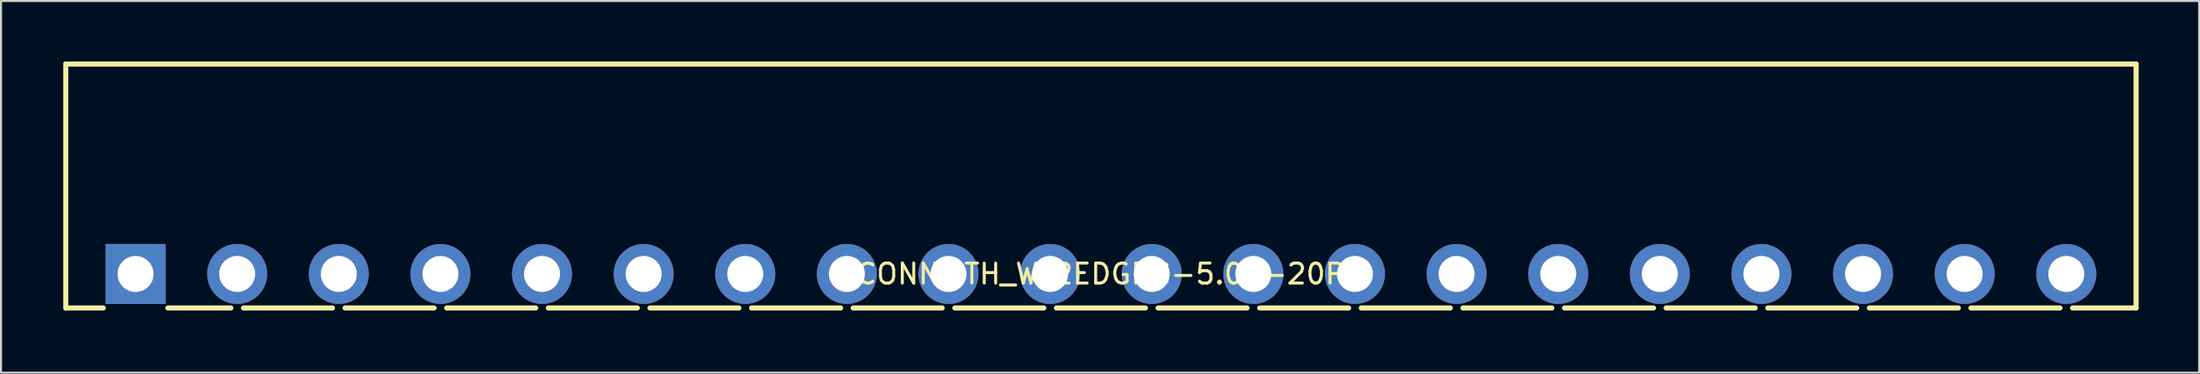
<source format=kicad_pcb>
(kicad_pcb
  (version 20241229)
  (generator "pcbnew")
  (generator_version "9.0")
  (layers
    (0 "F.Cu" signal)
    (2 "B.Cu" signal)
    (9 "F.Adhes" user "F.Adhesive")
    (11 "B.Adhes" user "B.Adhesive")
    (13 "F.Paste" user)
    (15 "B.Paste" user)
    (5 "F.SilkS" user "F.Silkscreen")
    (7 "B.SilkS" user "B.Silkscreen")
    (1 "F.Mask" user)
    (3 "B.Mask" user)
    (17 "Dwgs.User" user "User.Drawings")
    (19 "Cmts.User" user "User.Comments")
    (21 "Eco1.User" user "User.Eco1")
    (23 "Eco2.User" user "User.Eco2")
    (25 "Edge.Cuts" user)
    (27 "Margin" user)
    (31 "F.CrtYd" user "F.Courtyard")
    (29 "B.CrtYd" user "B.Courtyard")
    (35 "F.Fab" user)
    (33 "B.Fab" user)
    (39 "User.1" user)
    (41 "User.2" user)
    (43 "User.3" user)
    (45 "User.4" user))
  (footprint "CONN-TH_WJ2EDGRC-5.08-20P"
    (layer "F.Cu")
    (at 51.987 10.652)
    (property "Reference" "CONN-TH_WJ2EDGRC-5.08-20P" (at 0 0 0) (unlocked yes) (layer "F.SilkS") (effects (font (size 1 1) (thickness 0.15))))
    (fp_line (start -51.75 -10.5) (end -51.75 1.7) (stroke (width 0.254) (type default)) (layer "F.SilkS"))
    (fp_line (start -51.75 -10.5) (end 51.75 -10.5) (stroke (width 0.254) (type default)) (layer "F.SilkS"))
    (fp_line (start -51.75 1.7) (end -49.873 1.7) (stroke (width 0.254) (type default)) (layer "F.SilkS"))
    (fp_line (start -46.647 1.7) (end -43.495 1.7) (stroke (width 0.254) (type default)) (layer "F.SilkS"))
    (fp_line (start -42.864 1.7) (end -38.416 1.7) (stroke (width 0.254) (type default)) (layer "F.SilkS"))
    (fp_line (start -37.785 1.7) (end -33.336 1.7) (stroke (width 0.254) (type default)) (layer "F.SilkS"))
    (fp_line (start -32.705 1.7) (end -28.256 1.7) (stroke (width 0.254) (type default)) (layer "F.SilkS"))
    (fp_line (start -27.625 1.7) (end -23.175 1.7) (stroke (width 0.254) (type default)) (layer "F.SilkS"))
    (fp_line (start -22.544 1.7) (end -18.096 1.7) (stroke (width 0.254) (type default)) (layer "F.SilkS"))
    (fp_line (start -17.465 1.7) (end -13.015 1.7) (stroke (width 0.254) (type default)) (layer "F.SilkS"))
    (fp_line (start -12.384 1.7) (end -7.936 1.7) (stroke (width 0.254) (type default)) (layer "F.SilkS"))
    (fp_line (start -7.304 1.7) (end -2.856 1.7) (stroke (width 0.254) (type default)) (layer "F.SilkS"))
    (fp_line (start -2.224 1.7) (end 2.224 1.7) (stroke (width 0.254) (type default)) (layer "F.SilkS"))
    (fp_line (start 2.856 1.7) (end 7.304 1.7) (stroke (width 0.254) (type default)) (layer "F.SilkS"))
    (fp_line (start 7.936 1.7) (end 12.384 1.7) (stroke (width 0.254) (type default)) (layer "F.SilkS"))
    (fp_line (start 13.015 1.7) (end 17.465 1.7) (stroke (width 0.254) (type default)) (layer "F.SilkS"))
    (fp_line (start 18.096 1.7) (end 22.544 1.7) (stroke (width 0.254) (type default)) (layer "F.SilkS"))
    (fp_line (start 23.175 1.7) (end 27.625 1.7) (stroke (width 0.254) (type default)) (layer "F.SilkS"))
    (fp_line (start 28.256 1.7) (end 32.705 1.7) (stroke (width 0.254) (type default)) (layer "F.SilkS"))
    (fp_line (start 33.336 1.7) (end 37.785 1.7) (stroke (width 0.254) (type default)) (layer "F.SilkS"))
    (fp_line (start 38.416 1.7) (end 42.864 1.7) (stroke (width 0.254) (type default)) (layer "F.SilkS"))
    (fp_line (start 43.495 1.7) (end 47.944 1.7) (stroke (width 0.254) (type default)) (layer "F.SilkS"))
    (fp_line (start 48.575 1.7) (end 51.75 1.7) (stroke (width 0.254) (type default)) (layer "F.SilkS"))
    (fp_line (start 51.75 -10.5) (end 51.75 1.7) (stroke (width 0.254) (type default)) (layer "F.SilkS"))
    (fp_poly (pts (xy -47.46 0) (xy -47.48 -0.178) (xy -47.539 -0.347) (xy -47.635 -0.499) (xy -47.761 -0.625) (xy -47.913 -0.721) (xy -48.082 -0.78) (xy -48.26 -0.8) (xy -48.438 -0.78) (xy -48.607 -0.721) (xy -48.759 -0.625) (xy -48.885 -0.499) (xy -48.981 -0.347) (xy -49.04 -0.178) (xy -49.06 0) (xy -49.04 0.178) (xy -48.981 0.347) (xy -48.885 0.499) (xy -48.759 0.625) (xy -48.607 0.721) (xy -48.438 0.78) (xy -48.26 0.8) (xy -48.082 0.78) (xy -47.913 0.721) (xy -47.761 0.625) (xy -47.635 0.499) (xy -47.539 0.347) (xy -47.48 0.178)) (stroke (width 0.1) (type default)) (fill no) (layer "User.1"))
    (fp_poly (pts (xy -42.38 0) (xy -42.4 -0.178) (xy -42.459 -0.347) (xy -42.555 -0.499) (xy -42.681 -0.625) (xy -42.833 -0.721) (xy -43.002 -0.78) (xy -43.18 -0.8) (xy -43.358 -0.78) (xy -43.527 -0.721) (xy -43.679 -0.625) (xy -43.805 -0.499) (xy -43.901 -0.347) (xy -43.96 -0.178) (xy -43.98 0) (xy -43.96 0.178) (xy -43.901 0.347) (xy -43.805 0.499) (xy -43.679 0.625) (xy -43.527 0.721) (xy -43.358 0.78) (xy -43.18 0.8) (xy -43.002 0.78) (xy -42.833 0.721) (xy -42.681 0.625) (xy -42.555 0.499) (xy -42.459 0.347) (xy -42.4 0.178)) (stroke (width 0.1) (type default)) (fill no) (layer "User.1"))
    (fp_poly (pts (xy -37.3 0) (xy -37.32 -0.178) (xy -37.379 -0.347) (xy -37.475 -0.499) (xy -37.601 -0.625) (xy -37.753 -0.721) (xy -37.922 -0.78) (xy -38.1 -0.8) (xy -38.278 -0.78) (xy -38.447 -0.721) (xy -38.599 -0.625) (xy -38.725 -0.499) (xy -38.821 -0.347) (xy -38.88 -0.178) (xy -38.9 0) (xy -38.88 0.178) (xy -38.821 0.347) (xy -38.725 0.499) (xy -38.599 0.625) (xy -38.447 0.721) (xy -38.278 0.78) (xy -38.1 0.8) (xy -37.922 0.78) (xy -37.753 0.721) (xy -37.601 0.625) (xy -37.475 0.499) (xy -37.379 0.347) (xy -37.32 0.178)) (stroke (width 0.1) (type default)) (fill no) (layer "User.1"))
    (fp_poly (pts (xy -32.22 0) (xy -32.24 -0.178) (xy -32.299 -0.347) (xy -32.395 -0.499) (xy -32.521 -0.625) (xy -32.673 -0.721) (xy -32.842 -0.78) (xy -33.02 -0.8) (xy -33.198 -0.78) (xy -33.367 -0.721) (xy -33.519 -0.625) (xy -33.645 -0.499) (xy -33.741 -0.347) (xy -33.8 -0.178) (xy -33.82 0) (xy -33.8 0.178) (xy -33.741 0.347) (xy -33.645 0.499) (xy -33.519 0.625) (xy -33.367 0.721) (xy -33.198 0.78) (xy -33.02 0.8) (xy -32.842 0.78) (xy -32.673 0.721) (xy -32.521 0.625) (xy -32.395 0.499) (xy -32.299 0.347) (xy -32.24 0.178)) (stroke (width 0.1) (type default)) (fill no) (layer "User.1"))
    (fp_poly (pts (xy -27.14 0) (xy -27.16 -0.178) (xy -27.219 -0.347) (xy -27.315 -0.499) (xy -27.441 -0.625) (xy -27.593 -0.721) (xy -27.762 -0.78) (xy -27.94 -0.8) (xy -28.118 -0.78) (xy -28.287 -0.721) (xy -28.439 -0.625) (xy -28.565 -0.499) (xy -28.661 -0.347) (xy -28.72 -0.178) (xy -28.74 0) (xy -28.72 0.178) (xy -28.661 0.347) (xy -28.565 0.499) (xy -28.439 0.625) (xy -28.287 0.721) (xy -28.118 0.78) (xy -27.94 0.8) (xy -27.762 0.78) (xy -27.593 0.721) (xy -27.441 0.625) (xy -27.315 0.499) (xy -27.219 0.347) (xy -27.16 0.178)) (stroke (width 0.1) (type default)) (fill no) (layer "User.1"))
    (fp_poly (pts (xy -22.06 0) (xy -22.08 -0.178) (xy -22.139 -0.347) (xy -22.235 -0.499) (xy -22.361 -0.625) (xy -22.513 -0.721) (xy -22.682 -0.78) (xy -22.86 -0.8) (xy -23.038 -0.78) (xy -23.207 -0.721) (xy -23.359 -0.625) (xy -23.485 -0.499) (xy -23.581 -0.347) (xy -23.64 -0.178) (xy -23.66 0) (xy -23.64 0.178) (xy -23.581 0.347) (xy -23.485 0.499) (xy -23.359 0.625) (xy -23.207 0.721) (xy -23.038 0.78) (xy -22.86 0.8) (xy -22.682 0.78) (xy -22.513 0.721) (xy -22.361 0.625) (xy -22.235 0.499) (xy -22.139 0.347) (xy -22.08 0.178)) (stroke (width 0.1) (type default)) (fill no) (layer "User.1"))
    (fp_poly (pts (xy -16.98 0) (xy -17 -0.178) (xy -17.059 -0.347) (xy -17.155 -0.499) (xy -17.281 -0.625) (xy -17.433 -0.721) (xy -17.602 -0.78) (xy -17.78 -0.8) (xy -17.958 -0.78) (xy -18.127 -0.721) (xy -18.279 -0.625) (xy -18.405 -0.499) (xy -18.501 -0.347) (xy -18.56 -0.178) (xy -18.58 0) (xy -18.56 0.178) (xy -18.501 0.347) (xy -18.405 0.499) (xy -18.279 0.625) (xy -18.127 0.721) (xy -17.958 0.78) (xy -17.78 0.8) (xy -17.602 0.78) (xy -17.433 0.721) (xy -17.281 0.625) (xy -17.155 0.499) (xy -17.059 0.347) (xy -17 0.178)) (stroke (width 0.1) (type default)) (fill no) (layer "User.1"))
    (fp_poly (pts (xy -11.9 0) (xy -11.92 -0.178) (xy -11.979 -0.347) (xy -12.075 -0.499) (xy -12.201 -0.625) (xy -12.353 -0.721) (xy -12.522 -0.78) (xy -12.7 -0.8) (xy -12.878 -0.78) (xy -13.047 -0.721) (xy -13.199 -0.625) (xy -13.325 -0.499) (xy -13.421 -0.347) (xy -13.48 -0.178) (xy -13.5 0) (xy -13.48 0.178) (xy -13.421 0.347) (xy -13.325 0.499) (xy -13.199 0.625) (xy -13.047 0.721) (xy -12.878 0.78) (xy -12.7 0.8) (xy -12.522 0.78) (xy -12.353 0.721) (xy -12.201 0.625) (xy -12.075 0.499) (xy -11.979 0.347) (xy -11.92 0.178)) (stroke (width 0.1) (type default)) (fill no) (layer "User.1"))
    (fp_poly (pts (xy -6.82 0) (xy -6.84 -0.178) (xy -6.899 -0.347) (xy -6.995 -0.499) (xy -7.121 -0.625) (xy -7.273 -0.721) (xy -7.442 -0.78) (xy -7.62 -0.8) (xy -7.798 -0.78) (xy -7.967 -0.721) (xy -8.119 -0.625) (xy -8.245 -0.499) (xy -8.341 -0.347) (xy -8.4 -0.178) (xy -8.42 0) (xy -8.4 0.178) (xy -8.341 0.347) (xy -8.245 0.499) (xy -8.119 0.625) (xy -7.967 0.721) (xy -7.798 0.78) (xy -7.62 0.8) (xy -7.442 0.78) (xy -7.273 0.721) (xy -7.121 0.625) (xy -6.995 0.499) (xy -6.899 0.347) (xy -6.84 0.178)) (stroke (width 0.1) (type default)) (fill no) (layer "User.1"))
    (fp_poly (pts (xy -1.74 0) (xy -1.76 -0.178) (xy -1.819 -0.347) (xy -1.915 -0.499) (xy -2.041 -0.625) (xy -2.193 -0.721) (xy -2.362 -0.78) (xy -2.54 -0.8) (xy -2.718 -0.78) (xy -2.887 -0.721) (xy -3.039 -0.625) (xy -3.165 -0.499) (xy -3.261 -0.347) (xy -3.32 -0.178) (xy -3.34 0) (xy -3.32 0.178) (xy -3.261 0.347) (xy -3.165 0.499) (xy -3.039 0.625) (xy -2.887 0.721) (xy -2.718 0.78) (xy -2.54 0.8) (xy -2.362 0.78) (xy -2.193 0.721) (xy -2.041 0.625) (xy -1.915 0.499) (xy -1.819 0.347) (xy -1.76 0.178)) (stroke (width 0.1) (type default)) (fill no) (layer "User.1"))
    (fp_poly (pts (xy 3.34 0) (xy 3.32 -0.178) (xy 3.261 -0.347) (xy 3.165 -0.499) (xy 3.039 -0.625) (xy 2.887 -0.721) (xy 2.718 -0.78) (xy 2.54 -0.8) (xy 2.362 -0.78) (xy 2.193 -0.721) (xy 2.041 -0.625) (xy 1.915 -0.499) (xy 1.819 -0.347) (xy 1.76 -0.178) (xy 1.74 0) (xy 1.76 0.178) (xy 1.819 0.347) (xy 1.915 0.499) (xy 2.041 0.625) (xy 2.193 0.721) (xy 2.362 0.78) (xy 2.54 0.8) (xy 2.718 0.78) (xy 2.887 0.721) (xy 3.039 0.625) (xy 3.165 0.499) (xy 3.261 0.347) (xy 3.32 0.178)) (stroke (width 0.1) (type default)) (fill no) (layer "User.1"))
    (fp_poly (pts (xy 8.42 0) (xy 8.4 -0.178) (xy 8.341 -0.347) (xy 8.245 -0.499) (xy 8.119 -0.625) (xy 7.967 -0.721) (xy 7.798 -0.78) (xy 7.62 -0.8) (xy 7.442 -0.78) (xy 7.273 -0.721) (xy 7.121 -0.625) (xy 6.995 -0.499) (xy 6.899 -0.347) (xy 6.84 -0.178) (xy 6.82 0) (xy 6.84 0.178) (xy 6.899 0.347) (xy 6.995 0.499) (xy 7.121 0.625) (xy 7.273 0.721) (xy 7.442 0.78) (xy 7.62 0.8) (xy 7.798 0.78) (xy 7.967 0.721) (xy 8.119 0.625) (xy 8.245 0.499) (xy 8.341 0.347) (xy 8.4 0.178)) (stroke (width 0.1) (type default)) (fill no) (layer "User.1"))
    (fp_poly (pts (xy 13.5 0) (xy 13.48 -0.178) (xy 13.421 -0.347) (xy 13.325 -0.499) (xy 13.199 -0.625) (xy 13.047 -0.721) (xy 12.878 -0.78) (xy 12.7 -0.8) (xy 12.522 -0.78) (xy 12.353 -0.721) (xy 12.201 -0.625) (xy 12.075 -0.499) (xy 11.979 -0.347) (xy 11.92 -0.178) (xy 11.9 0) (xy 11.92 0.178) (xy 11.979 0.347) (xy 12.075 0.499) (xy 12.201 0.625) (xy 12.353 0.721) (xy 12.522 0.78) (xy 12.7 0.8) (xy 12.878 0.78) (xy 13.047 0.721) (xy 13.199 0.625) (xy 13.325 0.499) (xy 13.421 0.347) (xy 13.48 0.178)) (stroke (width 0.1) (type default)) (fill no) (layer "User.1"))
    (fp_poly (pts (xy 18.58 0) (xy 18.56 -0.178) (xy 18.501 -0.347) (xy 18.405 -0.499) (xy 18.279 -0.625) (xy 18.127 -0.721) (xy 17.958 -0.78) (xy 17.78 -0.8) (xy 17.602 -0.78) (xy 17.433 -0.721) (xy 17.281 -0.625) (xy 17.155 -0.499) (xy 17.059 -0.347) (xy 17 -0.178) (xy 16.98 0) (xy 17 0.178) (xy 17.059 0.347) (xy 17.155 0.499) (xy 17.281 0.625) (xy 17.433 0.721) (xy 17.602 0.78) (xy 17.78 0.8) (xy 17.958 0.78) (xy 18.127 0.721) (xy 18.279 0.625) (xy 18.405 0.499) (xy 18.501 0.347) (xy 18.56 0.178)) (stroke (width 0.1) (type default)) (fill no) (layer "User.1"))
    (fp_poly (pts (xy 23.66 0) (xy 23.64 -0.178) (xy 23.581 -0.347) (xy 23.485 -0.499) (xy 23.359 -0.625) (xy 23.207 -0.721) (xy 23.038 -0.78) (xy 22.86 -0.8) (xy 22.682 -0.78) (xy 22.513 -0.721) (xy 22.361 -0.625) (xy 22.235 -0.499) (xy 22.139 -0.347) (xy 22.08 -0.178) (xy 22.06 0) (xy 22.08 0.178) (xy 22.139 0.347) (xy 22.235 0.499) (xy 22.361 0.625) (xy 22.513 0.721) (xy 22.682 0.78) (xy 22.86 0.8) (xy 23.038 0.78) (xy 23.207 0.721) (xy 23.359 0.625) (xy 23.485 0.499) (xy 23.581 0.347) (xy 23.64 0.178)) (stroke (width 0.1) (type default)) (fill no) (layer "User.1"))
    (fp_poly (pts (xy 28.74 0) (xy 28.72 -0.178) (xy 28.661 -0.347) (xy 28.565 -0.499) (xy 28.439 -0.625) (xy 28.287 -0.721) (xy 28.118 -0.78) (xy 27.94 -0.8) (xy 27.762 -0.78) (xy 27.593 -0.721) (xy 27.441 -0.625) (xy 27.315 -0.499) (xy 27.219 -0.347) (xy 27.16 -0.178) (xy 27.14 0) (xy 27.16 0.178) (xy 27.219 0.347) (xy 27.315 0.499) (xy 27.441 0.625) (xy 27.593 0.721) (xy 27.762 0.78) (xy 27.94 0.8) (xy 28.118 0.78) (xy 28.287 0.721) (xy 28.439 0.625) (xy 28.565 0.499) (xy 28.661 0.347) (xy 28.72 0.178)) (stroke (width 0.1) (type default)) (fill no) (layer "User.1"))
    (fp_poly (pts (xy 33.82 0) (xy 33.8 -0.178) (xy 33.741 -0.347) (xy 33.645 -0.499) (xy 33.519 -0.625) (xy 33.367 -0.721) (xy 33.198 -0.78) (xy 33.02 -0.8) (xy 32.842 -0.78) (xy 32.673 -0.721) (xy 32.521 -0.625) (xy 32.395 -0.499) (xy 32.299 -0.347) (xy 32.24 -0.178) (xy 32.22 0) (xy 32.24 0.178) (xy 32.299 0.347) (xy 32.395 0.499) (xy 32.521 0.625) (xy 32.673 0.721) (xy 32.842 0.78) (xy 33.02 0.8) (xy 33.198 0.78) (xy 33.367 0.721) (xy 33.519 0.625) (xy 33.645 0.499) (xy 33.741 0.347) (xy 33.8 0.178)) (stroke (width 0.1) (type default)) (fill no) (layer "User.1"))
    (fp_poly (pts (xy 38.9 0) (xy 38.88 -0.178) (xy 38.821 -0.347) (xy 38.725 -0.499) (xy 38.599 -0.625) (xy 38.447 -0.721) (xy 38.278 -0.78) (xy 38.1 -0.8) (xy 37.922 -0.78) (xy 37.753 -0.721) (xy 37.601 -0.625) (xy 37.475 -0.499) (xy 37.379 -0.347) (xy 37.32 -0.178) (xy 37.3 0) (xy 37.32 0.178) (xy 37.379 0.347) (xy 37.475 0.499) (xy 37.601 0.625) (xy 37.753 0.721) (xy 37.922 0.78) (xy 38.1 0.8) (xy 38.278 0.78) (xy 38.447 0.721) (xy 38.599 0.625) (xy 38.725 0.499) (xy 38.821 0.347) (xy 38.88 0.178)) (stroke (width 0.1) (type default)) (fill no) (layer "User.1"))
    (fp_poly (pts (xy 43.98 0) (xy 43.96 -0.178) (xy 43.901 -0.347) (xy 43.805 -0.499) (xy 43.679 -0.625) (xy 43.527 -0.721) (xy 43.358 -0.78) (xy 43.18 -0.8) (xy 43.002 -0.78) (xy 42.833 -0.721) (xy 42.681 -0.625) (xy 42.555 -0.499) (xy 42.459 -0.347) (xy 42.4 -0.178) (xy 42.38 0) (xy 42.4 0.178) (xy 42.459 0.347) (xy 42.555 0.499) (xy 42.681 0.625) (xy 42.833 0.721) (xy 43.002 0.78) (xy 43.18 0.8) (xy 43.358 0.78) (xy 43.527 0.721) (xy 43.679 0.625) (xy 43.805 0.499) (xy 43.901 0.347) (xy 43.96 0.178)) (stroke (width 0.1) (type default)) (fill no) (layer "User.1"))
    (fp_poly (pts (xy 49.06 0) (xy 49.04 -0.178) (xy 48.981 -0.347) (xy 48.885 -0.499) (xy 48.759 -0.625) (xy 48.607 -0.721) (xy 48.438 -0.78) (xy 48.26 -0.8) (xy 48.082 -0.78) (xy 47.913 -0.721) (xy 47.761 -0.625) (xy 47.635 -0.499) (xy 47.539 -0.347) (xy 47.48 -0.178) (xy 47.46 0) (xy 47.48 0.178) (xy 47.539 0.347) (xy 47.635 0.499) (xy 47.761 0.625) (xy 47.913 0.721) (xy 48.082 0.78) (xy 48.26 0.8) (xy 48.438 0.78) (xy 48.607 0.721) (xy 48.759 0.625) (xy 48.885 0.499) (xy 48.981 0.347) (xy 49.04 0.178)) (stroke (width 0.1) (type default)) (fill no) (layer "User.1"))
    (fp_line (start -51.877 -10.627) (end 51.877 -10.627) (stroke (width 0.051) (type default)) (layer "User.2"))
    (fp_line (start -51.877 1.827) (end -51.877 -10.627) (stroke (width 0.051) (type default)) (layer "User.2"))
    (fp_line (start 51.877 -10.627) (end 51.877 1.827) (stroke (width 0.051) (type default)) (layer "User.2"))
    (fp_line (start 51.877 1.827) (end -51.877 1.827) (stroke (width 0.051) (type default)) (layer "User.2"))
    (fp_poly (pts (xy -51.817 1.827) (xy -51.835 1.785) (xy -51.877 1.767) (xy -51.919 1.785) (xy -51.937 1.827) (xy -51.919 1.869) (xy -51.877 1.887) (xy -51.835 1.869)) (stroke (width 0.1) (type default)) (fill no) (layer "User.3"))
    (pad "1" thru_hole rect (at -48.26 0) (size 3 3) (drill 1.8) (layers "*.Cu" "*.Mask"))
    (pad "2" thru_hole circle (at -43.18 0) (size 3 3) (drill 1.8) (layers "*.Cu" "*.Mask"))
    (pad "3" thru_hole circle (at -38.1 0) (size 3 3) (drill 1.8) (layers "*.Cu" "*.Mask"))
    (pad "4" thru_hole circle (at -33.02 0) (size 3 3) (drill 1.8) (layers "*.Cu" "*.Mask"))
    (pad "5" thru_hole circle (at -27.94 0) (size 3 3) (drill 1.8) (layers "*.Cu" "*.Mask"))
    (pad "6" thru_hole circle (at -22.86 0) (size 3 3) (drill 1.8) (layers "*.Cu" "*.Mask"))
    (pad "7" thru_hole circle (at -17.78 0) (size 3 3) (drill 1.8) (layers "*.Cu" "*.Mask"))
    (pad "8" thru_hole circle (at -12.7 0) (size 3 3) (drill 1.8) (layers "*.Cu" "*.Mask"))
    (pad "9" thru_hole circle (at -7.62 0) (size 3 3) (drill 1.8) (layers "*.Cu" "*.Mask"))
    (pad "10" thru_hole circle (at -2.54 0) (size 3 3) (drill 1.8) (layers "*.Cu" "*.Mask"))
    (pad "11" thru_hole circle (at 2.54 0) (size 3 3) (drill 1.8) (layers "*.Cu" "*.Mask"))
    (pad "12" thru_hole circle (at 7.62 0) (size 3 3) (drill 1.8) (layers "*.Cu" "*.Mask"))
    (pad "13" thru_hole circle (at 12.7 0) (size 3 3) (drill 1.8) (layers "*.Cu" "*.Mask"))
    (pad "14" thru_hole circle (at 17.78 0) (size 3 3) (drill 1.8) (layers "*.Cu" "*.Mask"))
    (pad "15" thru_hole circle (at 22.86 0) (size 3 3) (drill 1.8) (layers "*.Cu" "*.Mask"))
    (pad "16" thru_hole circle (at 27.94 0) (size 3 3) (drill 1.8) (layers "*.Cu" "*.Mask"))
    (pad "17" thru_hole circle (at 33.02 0) (size 3 3) (drill 1.8) (layers "*.Cu" "*.Mask"))
    (pad "18" thru_hole circle (at 38.1 0) (size 3 3) (drill 1.8) (layers "*.Cu" "*.Mask"))
    (pad "19" thru_hole circle (at 43.18 0) (size 3 3) (drill 1.8) (layers "*.Cu" "*.Mask"))
    (pad "20" thru_hole circle (at 48.26 0) (size 3 3) (drill 1.8) (layers "*.Cu" "*.Mask")))
  (gr_rect
    (start -3 -3)
    (end 106.889 15.589)
    (stroke (width 0.1) (type default))
    (fill no)
    (layer "Edge.Cuts")))
</source>
